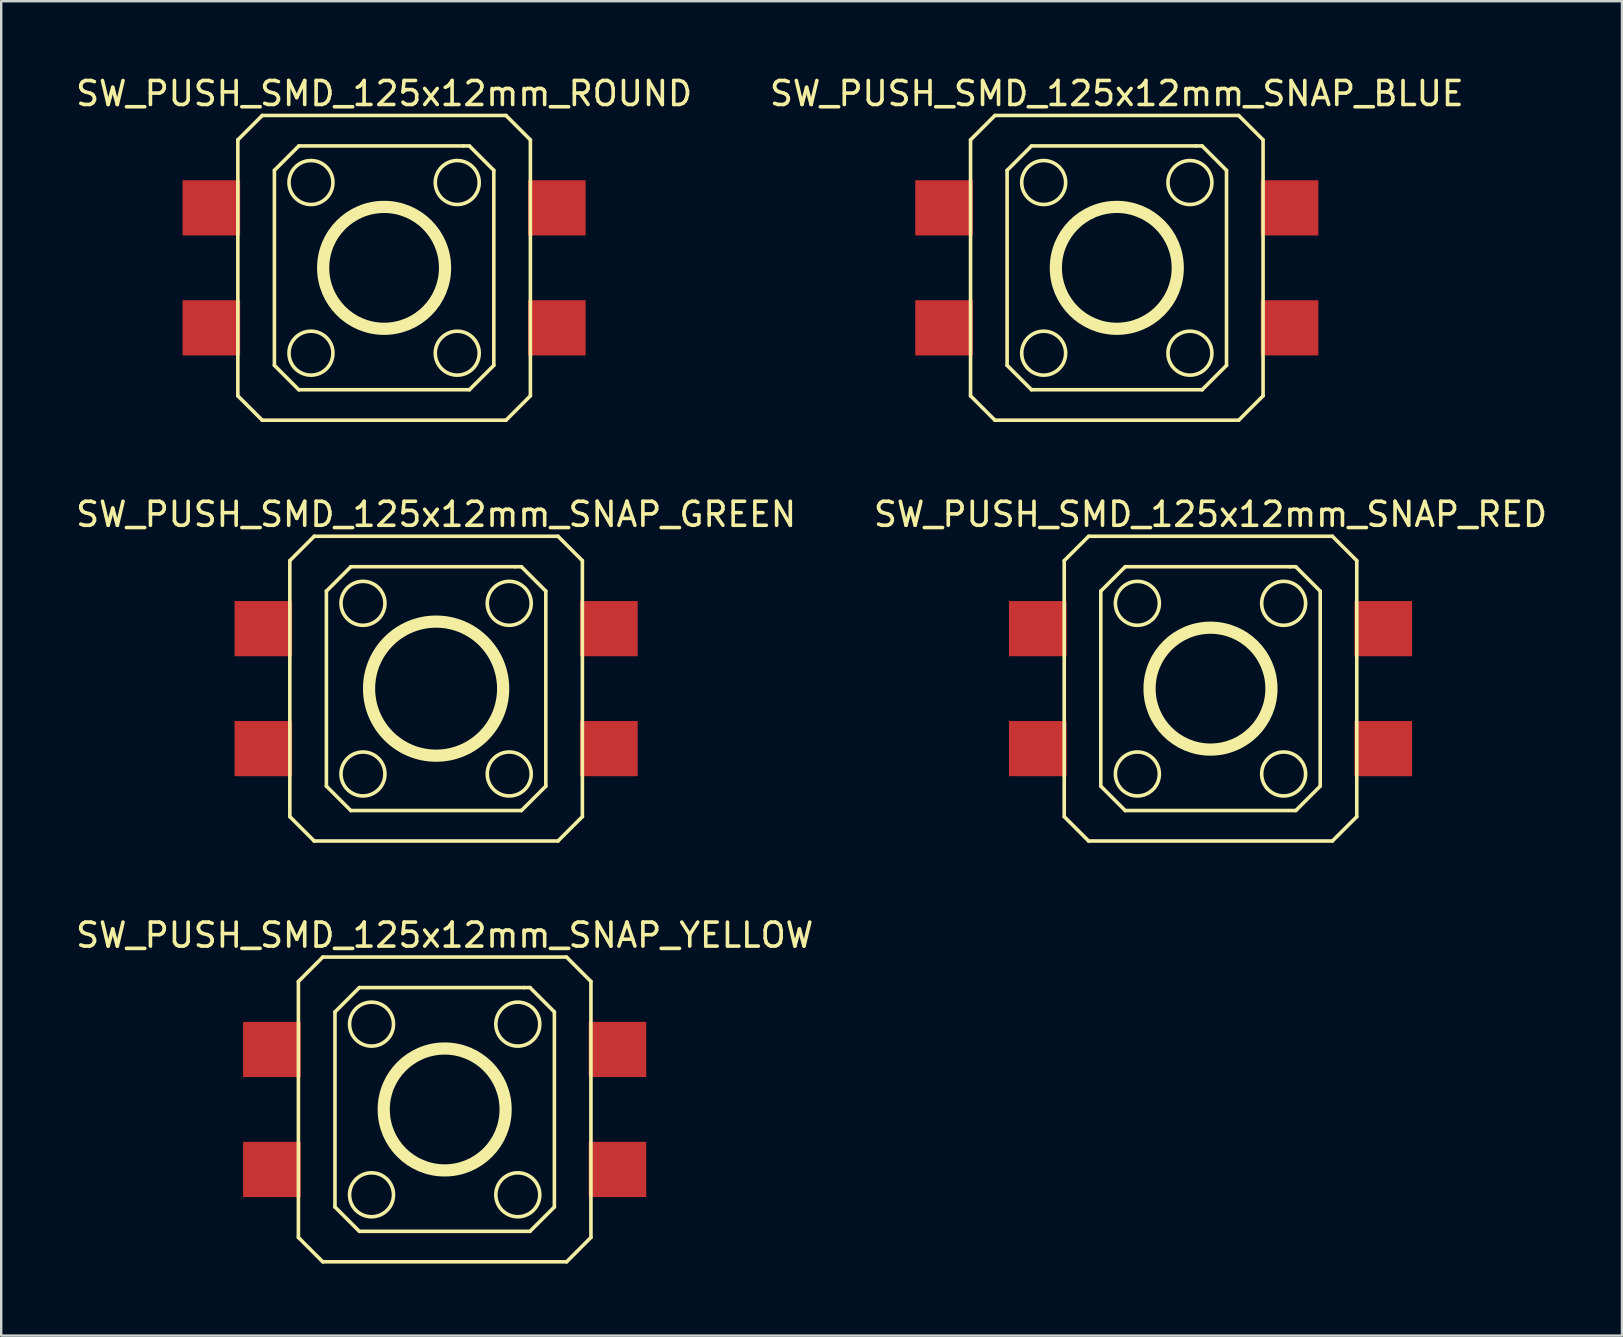
<source format=kicad_pcb>
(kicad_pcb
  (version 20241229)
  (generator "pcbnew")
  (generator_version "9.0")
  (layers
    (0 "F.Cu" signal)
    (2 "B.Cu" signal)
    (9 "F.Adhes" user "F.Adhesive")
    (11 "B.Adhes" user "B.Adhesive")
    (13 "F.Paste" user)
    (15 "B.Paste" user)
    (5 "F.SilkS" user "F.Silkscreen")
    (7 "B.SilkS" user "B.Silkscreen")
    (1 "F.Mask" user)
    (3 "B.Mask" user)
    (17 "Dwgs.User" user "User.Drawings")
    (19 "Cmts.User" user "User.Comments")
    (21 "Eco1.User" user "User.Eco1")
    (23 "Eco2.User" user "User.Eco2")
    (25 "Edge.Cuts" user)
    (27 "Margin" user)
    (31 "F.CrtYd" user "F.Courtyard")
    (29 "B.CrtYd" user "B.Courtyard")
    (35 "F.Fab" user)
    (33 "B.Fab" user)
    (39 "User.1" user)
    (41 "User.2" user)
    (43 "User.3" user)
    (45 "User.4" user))
  (footprint "SW_PUSH_SMD_125x12mm_SNAP_GREEN"
    (layer "F.Cu")
    (at 15.125 25.65)
    (property "Reference" "SW_PUSH_SMD_125x12mm_SNAP_GREEN" (at 0 -7.264 0) (layer "F.SilkS") (effects (font (size 1 1) (thickness 0.15))))
    (attr smd)
    (fp_line (start -6.096 -5.334) (end -6.096 5.334) (stroke (width 0.15) (type solid)) (layer "F.SilkS"))
    (fp_line (start -6.096 -5.334) (end -5.08 -6.35) (stroke (width 0.15) (type solid)) (layer "F.SilkS"))
    (fp_line (start -5.08 -6.35) (end 5.08 -6.35) (stroke (width 0.15) (type solid)) (layer "F.SilkS"))
    (fp_line (start -5.08 6.35) (end -6.096 5.334) (stroke (width 0.15) (type solid)) (layer "F.SilkS"))
    (fp_line (start -5.08 6.35) (end 5.08 6.35) (stroke (width 0.15) (type solid)) (layer "F.SilkS"))
    (fp_line (start -4.572 -4.064) (end -4.572 4.064) (stroke (width 0.15) (type solid)) (layer "F.SilkS"))
    (fp_line (start -4.572 -4.064) (end -3.556 -5.08) (stroke (width 0.15) (type solid)) (layer "F.SilkS"))
    (fp_line (start -4.572 4.064) (end -3.556 5.08) (stroke (width 0.15) (type solid)) (layer "F.SilkS"))
    (fp_line (start -3.556 -5.08) (end 3.302 -5.08) (stroke (width 0.15) (type solid)) (layer "F.SilkS"))
    (fp_line (start 3.302 -5.08) (end 3.556 -5.08) (stroke (width 0.15) (type solid)) (layer "F.SilkS"))
    (fp_line (start 3.556 -5.08) (end 4.572 -4.064) (stroke (width 0.15) (type solid)) (layer "F.SilkS"))
    (fp_line (start 3.556 5.08) (end -3.556 5.08) (stroke (width 0.15) (type solid)) (layer "F.SilkS"))
    (fp_line (start 4.572 4.064) (end 3.556 5.08) (stroke (width 0.15) (type solid)) (layer "F.SilkS"))
    (fp_line (start 4.572 4.064) (end 4.572 -4.064) (stroke (width 0.15) (type solid)) (layer "F.SilkS"))
    (fp_line (start 5.08 6.35) (end 6.096 5.334) (stroke (width 0.15) (type solid)) (layer "F.SilkS"))
    (fp_line (start 6.096 -5.334) (end 5.08 -6.35) (stroke (width 0.15) (type solid)) (layer "F.SilkS"))
    (fp_line (start 6.096 5.334) (end 6.096 -5.334) (stroke (width 0.15) (type solid)) (layer "F.SilkS"))
    (fp_circle (center -3.048 -3.556) (end -2.54 -2.794) (stroke (width 0.15) (type solid)) (fill no) (layer "F.SilkS"))
    (fp_circle (center -3.048 3.556) (end -2.286 3.048) (stroke (width 0.15) (type solid)) (fill no) (layer "F.SilkS"))
    (fp_circle (center 0 0) (end 2.794 0) (stroke (width 0.508) (type solid)) (fill no) (layer "F.SilkS"))
    (fp_circle (center 3.048 -3.556) (end 2.286 -3.048) (stroke (width 0.15) (type solid)) (fill no) (layer "F.SilkS"))
    (fp_circle (center 3.048 3.556) (end 2.286 3.048) (stroke (width 0.15) (type solid)) (fill no) (layer "F.SilkS"))
    (pad "1" smd rect (at 7.2 2.5) (size 2.4 2.3) (layers "F.Cu" "F.Mask" "F.Paste"))
    (pad "2" smd rect (at -7.2 2.5) (size 2.4 2.3) (layers "F.Cu" "F.Mask" "F.Paste"))
    (pad "3" smd rect (at 7.2 -2.5) (size 2.4 2.3) (layers "F.Cu" "F.Mask" "F.Paste"))
    (pad "4" smd rect (at -7.2 -2.5) (size 2.4 2.3) (layers "F.Cu" "F.Mask" "F.Paste")))
  (footprint "SW_PUSH_SMD_125x12mm_ROUND"
    (layer "F.Cu")
    (at 12.958 8.113)
    (property "Reference" "SW_PUSH_SMD_125x12mm_ROUND" (at 0 -7.264 0) (layer "F.SilkS") (effects (font (size 1 1) (thickness 0.15))))
    (attr smd)
    (fp_line (start -6.096 -5.334) (end -6.096 5.334) (stroke (width 0.15) (type solid)) (layer "F.SilkS"))
    (fp_line (start -6.096 -5.334) (end -5.08 -6.35) (stroke (width 0.15) (type solid)) (layer "F.SilkS"))
    (fp_line (start -5.08 -6.35) (end 5.08 -6.35) (stroke (width 0.15) (type solid)) (layer "F.SilkS"))
    (fp_line (start -5.08 6.35) (end -6.096 5.334) (stroke (width 0.15) (type solid)) (layer "F.SilkS"))
    (fp_line (start -5.08 6.35) (end 5.08 6.35) (stroke (width 0.15) (type solid)) (layer "F.SilkS"))
    (fp_line (start -4.572 -4.064) (end -4.572 4.064) (stroke (width 0.15) (type solid)) (layer "F.SilkS"))
    (fp_line (start -4.572 -4.064) (end -3.556 -5.08) (stroke (width 0.15) (type solid)) (layer "F.SilkS"))
    (fp_line (start -4.572 4.064) (end -3.556 5.08) (stroke (width 0.15) (type solid)) (layer "F.SilkS"))
    (fp_line (start -3.556 -5.08) (end 3.302 -5.08) (stroke (width 0.15) (type solid)) (layer "F.SilkS"))
    (fp_line (start 3.302 -5.08) (end 3.556 -5.08) (stroke (width 0.15) (type solid)) (layer "F.SilkS"))
    (fp_line (start 3.556 -5.08) (end 4.572 -4.064) (stroke (width 0.15) (type solid)) (layer "F.SilkS"))
    (fp_line (start 3.556 5.08) (end -3.556 5.08) (stroke (width 0.15) (type solid)) (layer "F.SilkS"))
    (fp_line (start 4.572 4.064) (end 3.556 5.08) (stroke (width 0.15) (type solid)) (layer "F.SilkS"))
    (fp_line (start 4.572 4.064) (end 4.572 -4.064) (stroke (width 0.15) (type solid)) (layer "F.SilkS"))
    (fp_line (start 5.08 6.35) (end 6.096 5.334) (stroke (width 0.15) (type solid)) (layer "F.SilkS"))
    (fp_line (start 6.096 -5.334) (end 5.08 -6.35) (stroke (width 0.15) (type solid)) (layer "F.SilkS"))
    (fp_line (start 6.096 5.334) (end 6.096 -5.334) (stroke (width 0.15) (type solid)) (layer "F.SilkS"))
    (fp_circle (center -3.048 -3.556) (end -2.54 -2.794) (stroke (width 0.15) (type solid)) (fill no) (layer "F.SilkS"))
    (fp_circle (center -3.048 3.556) (end -2.286 3.048) (stroke (width 0.15) (type solid)) (fill no) (layer "F.SilkS"))
    (fp_circle (center 0 0) (end 2.54 0) (stroke (width 0.508) (type solid)) (fill no) (layer "F.SilkS"))
    (fp_circle (center 3.048 -3.556) (end 2.286 -3.048) (stroke (width 0.15) (type solid)) (fill no) (layer "F.SilkS"))
    (fp_circle (center 3.048 3.556) (end 2.286 3.048) (stroke (width 0.15) (type solid)) (fill no) (layer "F.SilkS"))
    (pad "1" smd rect (at 7.2 2.5) (size 2.4 2.3) (layers "F.Cu" "F.Mask" "F.Paste"))
    (pad "2" smd rect (at -7.2 2.5) (size 2.4 2.3) (layers "F.Cu" "F.Mask" "F.Paste"))
    (pad "3" smd rect (at 7.2 -2.5) (size 2.4 2.3) (layers "F.Cu" "F.Mask" "F.Paste"))
    (pad "4" smd rect (at -7.2 -2.5) (size 2.4 2.3) (layers "F.Cu" "F.Mask" "F.Paste")))
  (footprint "SW_PUSH_SMD_125x12mm_SNAP_BLUE"
    (layer "F.Cu")
    (at 43.494 8.113)
    (property "Reference" "SW_PUSH_SMD_125x12mm_SNAP_BLUE" (at 0 -7.264 0) (layer "F.SilkS") (effects (font (size 1 1) (thickness 0.15))))
    (attr smd)
    (fp_line (start -6.096 -5.334) (end -6.096 5.334) (stroke (width 0.15) (type solid)) (layer "F.SilkS"))
    (fp_line (start -6.096 -5.334) (end -5.08 -6.35) (stroke (width 0.15) (type solid)) (layer "F.SilkS"))
    (fp_line (start -5.08 -6.35) (end 5.08 -6.35) (stroke (width 0.15) (type solid)) (layer "F.SilkS"))
    (fp_line (start -5.08 6.35) (end -6.096 5.334) (stroke (width 0.15) (type solid)) (layer "F.SilkS"))
    (fp_line (start -5.08 6.35) (end 5.08 6.35) (stroke (width 0.15) (type solid)) (layer "F.SilkS"))
    (fp_line (start -4.572 -4.064) (end -4.572 4.064) (stroke (width 0.15) (type solid)) (layer "F.SilkS"))
    (fp_line (start -4.572 -4.064) (end -3.556 -5.08) (stroke (width 0.15) (type solid)) (layer "F.SilkS"))
    (fp_line (start -4.572 4.064) (end -3.556 5.08) (stroke (width 0.15) (type solid)) (layer "F.SilkS"))
    (fp_line (start -3.556 -5.08) (end 3.302 -5.08) (stroke (width 0.15) (type solid)) (layer "F.SilkS"))
    (fp_line (start 3.302 -5.08) (end 3.556 -5.08) (stroke (width 0.15) (type solid)) (layer "F.SilkS"))
    (fp_line (start 3.556 -5.08) (end 4.572 -4.064) (stroke (width 0.15) (type solid)) (layer "F.SilkS"))
    (fp_line (start 3.556 5.08) (end -3.556 5.08) (stroke (width 0.15) (type solid)) (layer "F.SilkS"))
    (fp_line (start 4.572 4.064) (end 3.556 5.08) (stroke (width 0.15) (type solid)) (layer "F.SilkS"))
    (fp_line (start 4.572 4.064) (end 4.572 -4.064) (stroke (width 0.15) (type solid)) (layer "F.SilkS"))
    (fp_line (start 5.08 6.35) (end 6.096 5.334) (stroke (width 0.15) (type solid)) (layer "F.SilkS"))
    (fp_line (start 6.096 -5.334) (end 5.08 -6.35) (stroke (width 0.15) (type solid)) (layer "F.SilkS"))
    (fp_line (start 6.096 5.334) (end 6.096 -5.334) (stroke (width 0.15) (type solid)) (layer "F.SilkS"))
    (fp_circle (center -3.048 -3.556) (end -2.54 -2.794) (stroke (width 0.15) (type solid)) (fill no) (layer "F.SilkS"))
    (fp_circle (center -3.048 3.556) (end -2.286 3.048) (stroke (width 0.15) (type solid)) (fill no) (layer "F.SilkS"))
    (fp_circle (center 0 0) (end 2.54 0) (stroke (width 0.508) (type solid)) (fill no) (layer "F.SilkS"))
    (fp_circle (center 3.048 -3.556) (end 2.286 -3.048) (stroke (width 0.15) (type solid)) (fill no) (layer "F.SilkS"))
    (fp_circle (center 3.048 3.556) (end 2.286 3.048) (stroke (width 0.15) (type solid)) (fill no) (layer "F.SilkS"))
    (pad "1" smd rect (at 7.2 2.5) (size 2.4 2.3) (layers "F.Cu" "F.Mask" "F.Paste"))
    (pad "2" smd rect (at -7.2 2.5) (size 2.4 2.3) (layers "F.Cu" "F.Mask" "F.Paste"))
    (pad "3" smd rect (at 7.2 -2.5) (size 2.4 2.3) (layers "F.Cu" "F.Mask" "F.Paste"))
    (pad "4" smd rect (at -7.2 -2.5) (size 2.4 2.3) (layers "F.Cu" "F.Mask" "F.Paste")))
  (footprint "SW_PUSH_SMD_125x12mm_SNAP_RED"
    (layer "F.Cu")
    (at 47.399 25.65)
    (property "Reference" "SW_PUSH_SMD_125x12mm_SNAP_RED" (at 0 -7.264 0) (layer "F.SilkS") (effects (font (size 1 1) (thickness 0.15))))
    (attr smd)
    (fp_line (start -6.096 -5.334) (end -6.096 5.334) (stroke (width 0.15) (type solid)) (layer "F.SilkS"))
    (fp_line (start -6.096 -5.334) (end -5.08 -6.35) (stroke (width 0.15) (type solid)) (layer "F.SilkS"))
    (fp_line (start -5.08 -6.35) (end 5.08 -6.35) (stroke (width 0.15) (type solid)) (layer "F.SilkS"))
    (fp_line (start -5.08 6.35) (end -6.096 5.334) (stroke (width 0.15) (type solid)) (layer "F.SilkS"))
    (fp_line (start -5.08 6.35) (end 5.08 6.35) (stroke (width 0.15) (type solid)) (layer "F.SilkS"))
    (fp_line (start -4.572 -4.064) (end -4.572 4.064) (stroke (width 0.15) (type solid)) (layer "F.SilkS"))
    (fp_line (start -4.572 -4.064) (end -3.556 -5.08) (stroke (width 0.15) (type solid)) (layer "F.SilkS"))
    (fp_line (start -4.572 4.064) (end -3.556 5.08) (stroke (width 0.15) (type solid)) (layer "F.SilkS"))
    (fp_line (start -3.556 -5.08) (end 3.302 -5.08) (stroke (width 0.15) (type solid)) (layer "F.SilkS"))
    (fp_line (start 3.302 -5.08) (end 3.556 -5.08) (stroke (width 0.15) (type solid)) (layer "F.SilkS"))
    (fp_line (start 3.556 -5.08) (end 4.572 -4.064) (stroke (width 0.15) (type solid)) (layer "F.SilkS"))
    (fp_line (start 3.556 5.08) (end -3.556 5.08) (stroke (width 0.15) (type solid)) (layer "F.SilkS"))
    (fp_line (start 4.572 4.064) (end 3.556 5.08) (stroke (width 0.15) (type solid)) (layer "F.SilkS"))
    (fp_line (start 4.572 4.064) (end 4.572 -4.064) (stroke (width 0.15) (type solid)) (layer "F.SilkS"))
    (fp_line (start 5.08 6.35) (end 6.096 5.334) (stroke (width 0.15) (type solid)) (layer "F.SilkS"))
    (fp_line (start 6.096 -5.334) (end 5.08 -6.35) (stroke (width 0.15) (type solid)) (layer "F.SilkS"))
    (fp_line (start 6.096 5.334) (end 6.096 -5.334) (stroke (width 0.15) (type solid)) (layer "F.SilkS"))
    (fp_circle (center -3.048 -3.556) (end -2.54 -2.794) (stroke (width 0.15) (type solid)) (fill no) (layer "F.SilkS"))
    (fp_circle (center -3.048 3.556) (end -2.286 3.048) (stroke (width 0.15) (type solid)) (fill no) (layer "F.SilkS"))
    (fp_circle (center 0 0) (end 2.54 0) (stroke (width 0.508) (type solid)) (fill no) (layer "F.SilkS"))
    (fp_circle (center 3.048 -3.556) (end 2.286 -3.048) (stroke (width 0.15) (type solid)) (fill no) (layer "F.SilkS"))
    (fp_circle (center 3.048 3.556) (end 2.286 3.048) (stroke (width 0.15) (type solid)) (fill no) (layer "F.SilkS"))
    (pad "1" smd rect (at 7.2 2.5) (size 2.4 2.3) (layers "F.Cu" "F.Mask" "F.Paste"))
    (pad "2" smd rect (at -7.2 2.5) (size 2.4 2.3) (layers "F.Cu" "F.Mask" "F.Paste"))
    (pad "3" smd rect (at 7.2 -2.5) (size 2.4 2.3) (layers "F.Cu" "F.Mask" "F.Paste"))
    (pad "4" smd rect (at -7.2 -2.5) (size 2.4 2.3) (layers "F.Cu" "F.Mask" "F.Paste")))
  (footprint "SW_PUSH_SMD_125x12mm_SNAP_YELLOW"
    (layer "F.Cu")
    (at 15.482 43.188)
    (property "Reference" "SW_PUSH_SMD_125x12mm_SNAP_YELLOW" (at 0 -7.264 0) (layer "F.SilkS") (effects (font (size 1 1) (thickness 0.15))))
    (attr smd)
    (fp_line (start -6.096 -5.334) (end -6.096 5.334) (stroke (width 0.15) (type solid)) (layer "F.SilkS"))
    (fp_line (start -6.096 -5.334) (end -5.08 -6.35) (stroke (width 0.15) (type solid)) (layer "F.SilkS"))
    (fp_line (start -5.08 -6.35) (end 5.08 -6.35) (stroke (width 0.15) (type solid)) (layer "F.SilkS"))
    (fp_line (start -5.08 6.35) (end -6.096 5.334) (stroke (width 0.15) (type solid)) (layer "F.SilkS"))
    (fp_line (start -5.08 6.35) (end 5.08 6.35) (stroke (width 0.15) (type solid)) (layer "F.SilkS"))
    (fp_line (start -4.572 -4.064) (end -4.572 4.064) (stroke (width 0.15) (type solid)) (layer "F.SilkS"))
    (fp_line (start -4.572 -4.064) (end -3.556 -5.08) (stroke (width 0.15) (type solid)) (layer "F.SilkS"))
    (fp_line (start -4.572 4.064) (end -3.556 5.08) (stroke (width 0.15) (type solid)) (layer "F.SilkS"))
    (fp_line (start -3.556 -5.08) (end 3.302 -5.08) (stroke (width 0.15) (type solid)) (layer "F.SilkS"))
    (fp_line (start 3.302 -5.08) (end 3.556 -5.08) (stroke (width 0.15) (type solid)) (layer "F.SilkS"))
    (fp_line (start 3.556 -5.08) (end 4.572 -4.064) (stroke (width 0.15) (type solid)) (layer "F.SilkS"))
    (fp_line (start 3.556 5.08) (end -3.556 5.08) (stroke (width 0.15) (type solid)) (layer "F.SilkS"))
    (fp_line (start 4.572 4.064) (end 3.556 5.08) (stroke (width 0.15) (type solid)) (layer "F.SilkS"))
    (fp_line (start 4.572 4.064) (end 4.572 -4.064) (stroke (width 0.15) (type solid)) (layer "F.SilkS"))
    (fp_line (start 5.08 6.35) (end 6.096 5.334) (stroke (width 0.15) (type solid)) (layer "F.SilkS"))
    (fp_line (start 6.096 -5.334) (end 5.08 -6.35) (stroke (width 0.15) (type solid)) (layer "F.SilkS"))
    (fp_line (start 6.096 5.334) (end 6.096 -5.334) (stroke (width 0.15) (type solid)) (layer "F.SilkS"))
    (fp_circle (center -3.048 -3.556) (end -2.54 -2.794) (stroke (width 0.15) (type solid)) (fill no) (layer "F.SilkS"))
    (fp_circle (center -3.048 3.556) (end -2.286 3.048) (stroke (width 0.15) (type solid)) (fill no) (layer "F.SilkS"))
    (fp_circle (center 0 0) (end 2.54 0) (stroke (width 0.508) (type solid)) (fill no) (layer "F.SilkS"))
    (fp_circle (center 3.048 -3.556) (end 2.286 -3.048) (stroke (width 0.15) (type solid)) (fill no) (layer "F.SilkS"))
    (fp_circle (center 3.048 3.556) (end 2.286 3.048) (stroke (width 0.15) (type solid)) (fill no) (layer "F.SilkS"))
    (pad "1" smd rect (at 7.2 2.5) (size 2.4 2.3) (layers "F.Cu" "F.Mask" "F.Paste"))
    (pad "2" smd rect (at -7.2 2.5) (size 2.4 2.3) (layers "F.Cu" "F.Mask" "F.Paste"))
    (pad "3" smd rect (at 7.2 -2.5) (size 2.4 2.3) (layers "F.Cu" "F.Mask" "F.Paste"))
    (pad "4" smd rect (at -7.2 -2.5) (size 2.4 2.3) (layers "F.Cu" "F.Mask" "F.Paste")))
  (gr_rect
    (start -3 -3)
    (end 64.548 52.613)
    (stroke (width 0.1) (type default))
    (fill no)
    (layer "Edge.Cuts")))
</source>
